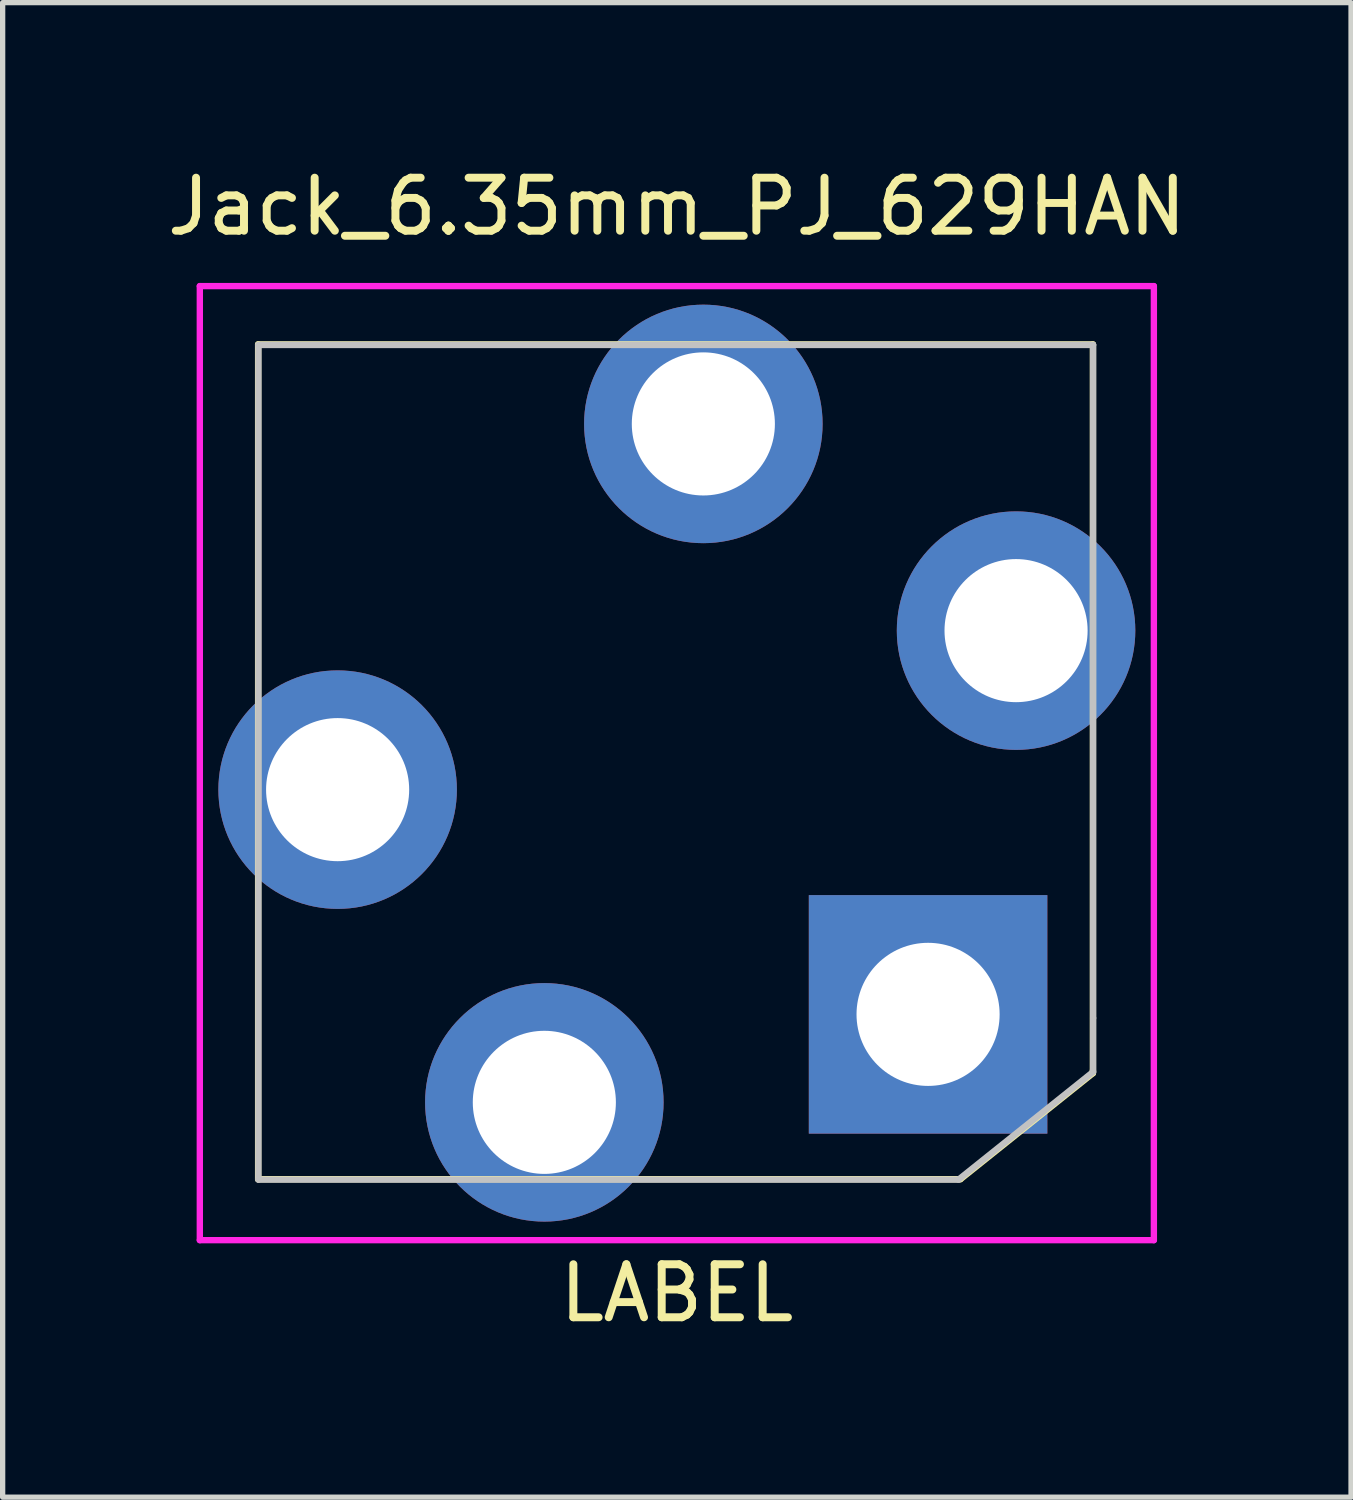
<source format=kicad_pcb>
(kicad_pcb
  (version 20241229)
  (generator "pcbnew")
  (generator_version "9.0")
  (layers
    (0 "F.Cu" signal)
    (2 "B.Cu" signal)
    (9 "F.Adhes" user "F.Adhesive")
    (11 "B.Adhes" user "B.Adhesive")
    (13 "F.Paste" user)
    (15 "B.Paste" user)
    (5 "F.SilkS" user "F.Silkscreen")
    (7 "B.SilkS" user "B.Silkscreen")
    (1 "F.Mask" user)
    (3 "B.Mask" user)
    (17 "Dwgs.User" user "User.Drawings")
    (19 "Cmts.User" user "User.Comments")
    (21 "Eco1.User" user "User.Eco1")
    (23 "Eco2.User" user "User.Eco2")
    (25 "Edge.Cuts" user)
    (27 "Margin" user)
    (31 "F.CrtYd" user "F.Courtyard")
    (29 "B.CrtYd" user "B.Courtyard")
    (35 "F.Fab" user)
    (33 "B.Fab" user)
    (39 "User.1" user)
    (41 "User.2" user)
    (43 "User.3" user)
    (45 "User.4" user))
  (footprint "Jack_6.35mm_PJ_629HAN"
    (layer "F.Cu")
    (at 9.72 11.348)
    (property "Reference" "Jack_6.35mm_PJ_629HAN" (at 0 -10.5 0) (layer "F.SilkS") (effects (font (size 1 1) (thickness 0.15))))
    (attr through_hole)
    (fp_line (start -7.9 -7.9) (end 7.85 -7.9) (stroke (width 0.12) (type solid)) (layer "F.SilkS"))
    (fp_line (start -7.9 7.85) (end -7.9 -7.9) (stroke (width 0.12) (type solid)) (layer "F.SilkS"))
    (fp_line (start 5.35 7.85) (end -7.9 7.85) (stroke (width 0.12) (type solid)) (layer "F.SilkS"))
    (fp_line (start 7.85 -7.9) (end 7.85 5.8) (stroke (width 0.12) (type solid)) (layer "F.SilkS"))
    (fp_line (start 7.85 5.8) (end 7.85 5.85) (stroke (width 0.12) (type solid)) (layer "F.SilkS"))
    (fp_line (start 7.85 5.85) (end 5.35 7.85) (stroke (width 0.12) (type solid)) (layer "F.SilkS"))
    (fp_line (start -7.894 -7.89) (end 7.854 -7.89) (stroke (width 0.12) (type solid)) (layer "Dwgs.User"))
    (fp_line (start -7.894 7.858) (end -7.894 -7.89) (stroke (width 0.12) (type solid)) (layer "Dwgs.User"))
    (fp_line (start 5.314 7.858) (end -7.894 7.858) (stroke (width 0.12) (type solid)) (layer "Dwgs.User"))
    (fp_line (start 7.854 -7.89) (end 7.854 4.81) (stroke (width 0.12) (type solid)) (layer "Dwgs.User"))
    (fp_line (start 7.854 4.81) (end 7.854 5.826) (stroke (width 0.12) (type solid)) (layer "Dwgs.User"))
    (fp_line (start 7.854 5.826) (end 5.314 7.858) (stroke (width 0.12) (type solid)) (layer "Dwgs.User"))
    (fp_line (start -9 -9) (end 9 -9) (stroke (width 0.12) (type solid)) (layer "F.CrtYd"))
    (fp_line (start -9 9) (end -9 -9) (stroke (width 0.12) (type solid)) (layer "F.CrtYd"))
    (fp_line (start 9 -9) (end 9 9) (stroke (width 0.12) (type solid)) (layer "F.CrtYd"))
    (fp_line (start 9 9) (end -9 9) (stroke (width 0.12) (type solid)) (layer "F.CrtYd"))
    (fp_text user "LABEL" (at 0 10 0) (layer "F.SilkS") (effects (font (size 1 1) (thickness 0.15))))
    (pad "R" thru_hole circle (at 0.5 -6.4) (size 4.5 4.5) (drill 2.7) (layers "*.Cu" "*.Mask"))
    (pad "RN" thru_hole circle (at 6.4 -2.5) (size 4.5 4.5) (drill 2.7) (layers "*.Cu" "*.Mask"))
    (pad "S" thru_hole rect (at 4.74 4.74) (size 4.5 4.5) (drill 2.7) (layers "*.Cu" "*.Mask"))
    (pad "T" thru_hole circle (at -6.4 0.5) (size 4.5 4.5) (drill 2.7) (layers "*.Cu" "*.Mask"))
    (pad "TN" thru_hole circle (at -2.5 6.4) (size 4.5 4.5) (drill 2.7) (layers "*.Cu" "*.Mask")))
  (gr_rect
    (start -3 -3)
    (end 22.44 25.197)
    (stroke (width 0.1) (type default))
    (fill no)
    (layer "Edge.Cuts")))
</source>
